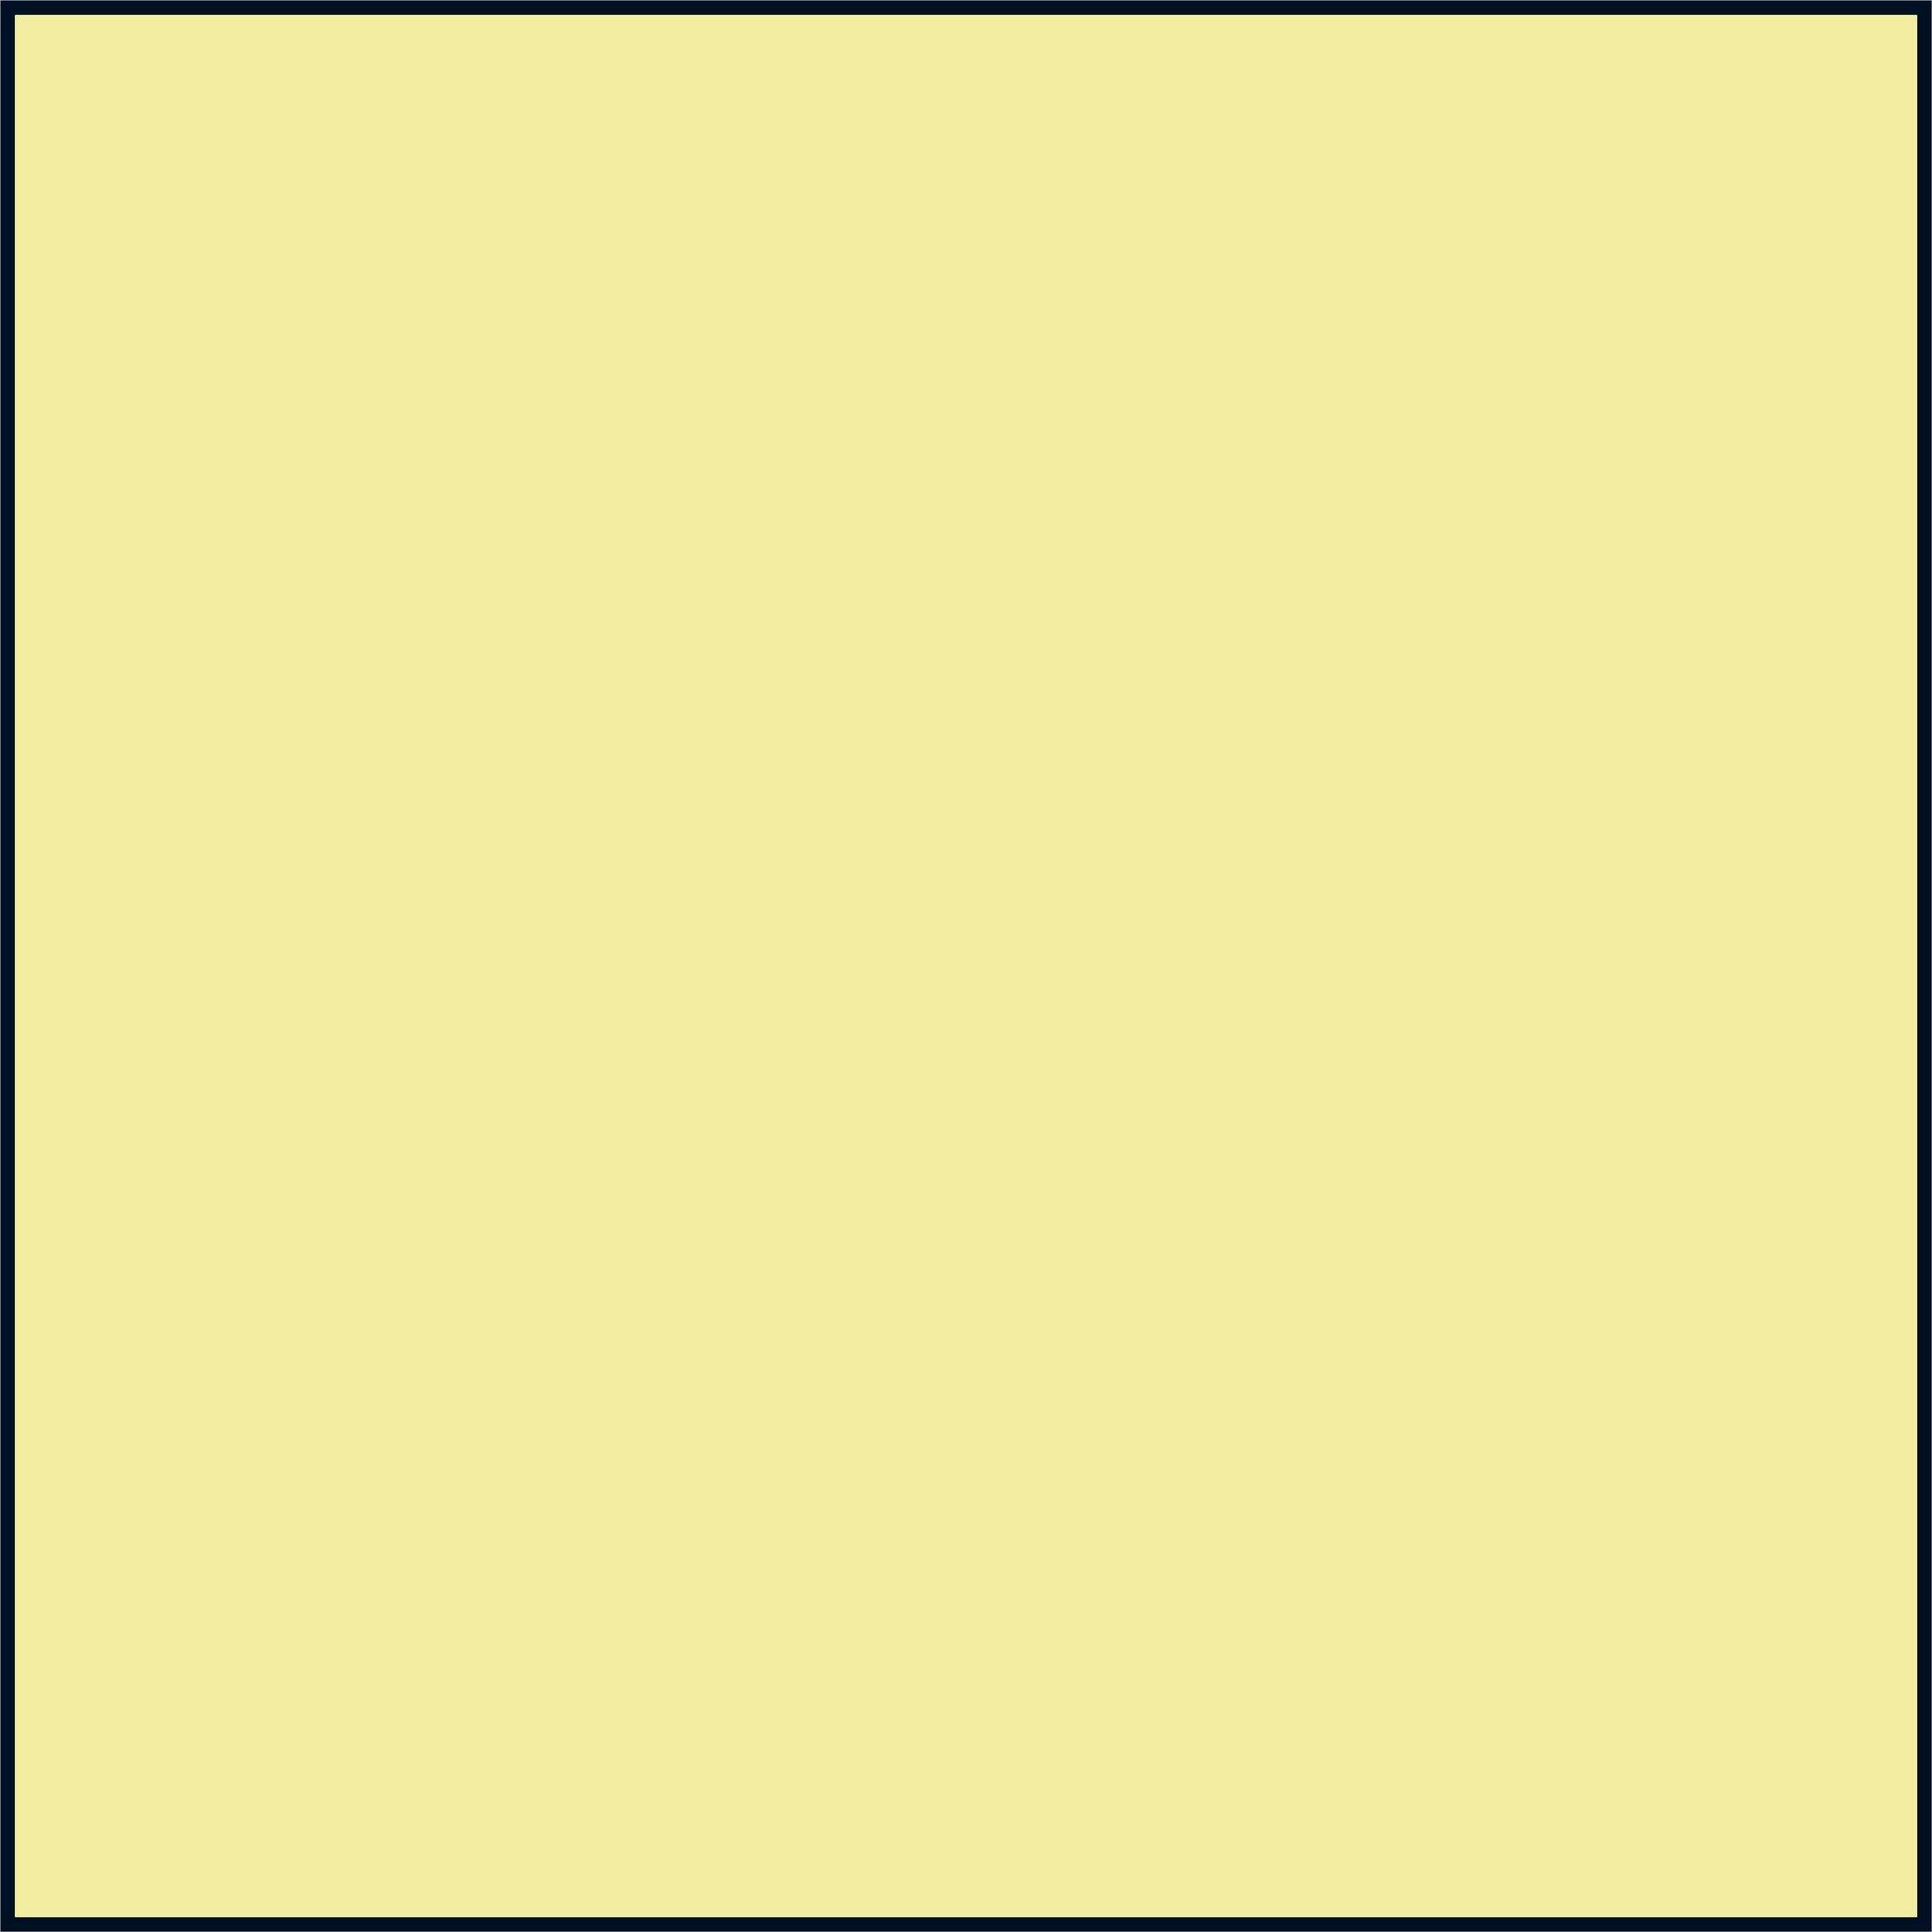
<source format=kicad_pcb>
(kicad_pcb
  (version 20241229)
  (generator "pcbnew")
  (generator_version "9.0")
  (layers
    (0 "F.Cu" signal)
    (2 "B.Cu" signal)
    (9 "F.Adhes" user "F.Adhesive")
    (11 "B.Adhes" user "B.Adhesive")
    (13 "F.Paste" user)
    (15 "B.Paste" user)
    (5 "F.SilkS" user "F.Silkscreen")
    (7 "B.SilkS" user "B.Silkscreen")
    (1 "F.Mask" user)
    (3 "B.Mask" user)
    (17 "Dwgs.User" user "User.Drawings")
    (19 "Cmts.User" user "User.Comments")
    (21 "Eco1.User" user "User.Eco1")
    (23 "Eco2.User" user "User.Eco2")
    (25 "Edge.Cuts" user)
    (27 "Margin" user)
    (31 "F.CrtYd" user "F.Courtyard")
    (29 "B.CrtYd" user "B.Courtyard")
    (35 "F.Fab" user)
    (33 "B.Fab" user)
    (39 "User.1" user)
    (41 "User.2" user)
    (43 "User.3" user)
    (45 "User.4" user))
  (footprint "Test_biglogo"
    (layer "F.Cu")
    (at 195.435 195.435)
    (property "Reference" "Test_biglogo" (at 0 0 0) (layer "F.SilkS") (effects (font (size 1.524 1.524) (thickness 0.3))))
    (attr through_hole)
    (fp_poly (pts (xy 195.385 195.385) (xy 0 195.385) (xy -195.385 195.385) (xy -195.385 0) (xy -195.385 -195.385) (xy 0 -195.385) (xy 195.385 -195.385) (xy 195.385 0) (xy 195.385 195.385)) (stroke (width 0.1) (type solid)) (fill yes) (layer "F.SilkS")))
  (gr_rect
    (start -3 -3)
    (end 393.869 393.869)
    (stroke (width 0.1) (type default))
    (fill no)
    (layer "Edge.Cuts")))
</source>
